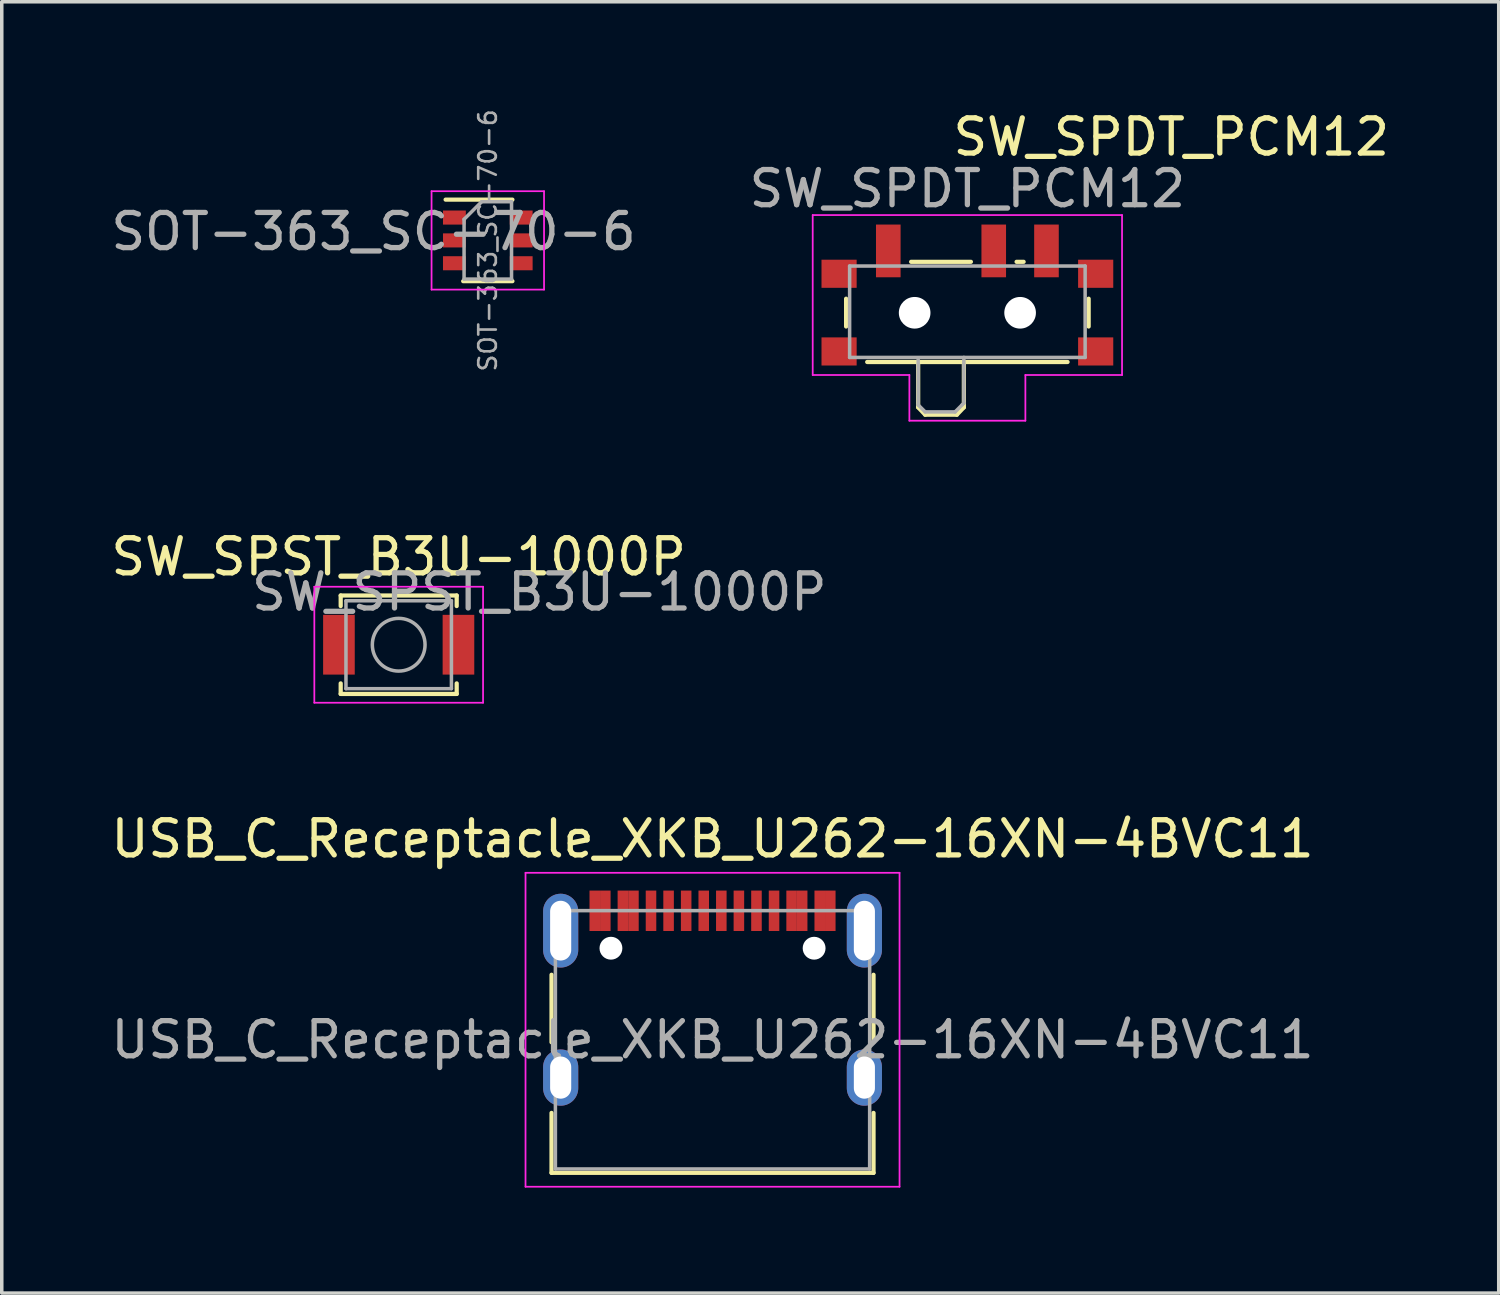
<source format=kicad_pcb>
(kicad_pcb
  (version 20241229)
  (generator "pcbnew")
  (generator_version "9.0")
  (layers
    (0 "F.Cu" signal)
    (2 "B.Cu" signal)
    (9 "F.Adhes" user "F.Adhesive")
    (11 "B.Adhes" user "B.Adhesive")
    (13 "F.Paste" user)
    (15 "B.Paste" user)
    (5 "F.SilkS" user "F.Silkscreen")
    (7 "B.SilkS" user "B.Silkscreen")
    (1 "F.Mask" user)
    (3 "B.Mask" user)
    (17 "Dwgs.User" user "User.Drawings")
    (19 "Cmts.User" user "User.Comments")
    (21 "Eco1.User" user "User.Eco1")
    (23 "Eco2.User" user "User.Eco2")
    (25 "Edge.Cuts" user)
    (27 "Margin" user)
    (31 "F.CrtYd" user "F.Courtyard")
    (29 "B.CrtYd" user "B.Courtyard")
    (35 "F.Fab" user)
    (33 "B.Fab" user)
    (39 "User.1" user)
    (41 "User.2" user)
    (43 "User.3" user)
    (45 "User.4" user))
  (footprint "USB_C_Receptacle_XKB_U262-16XN-4BVC11"
    (layer "F.Cu")
    (at 17.22 26.53)
    (property "Reference" "USB_C_Receptacle_XKB_U262-16XN-4BVC11" (at 0 -5.715 0) (layer "F.SilkS") (effects (font (size 1 1) (thickness 0.15))))
    (attr smd)
    (fp_line (start -4.58 -1.85) (end -4.58 0.07) (stroke (width 0.12) (type solid)) (layer "F.SilkS"))
    (fp_line (start -4.58 3.785) (end -4.58 2.08) (stroke (width 0.12) (type solid)) (layer "F.SilkS"))
    (fp_line (start 4.58 0.07) (end 4.58 -1.85) (stroke (width 0.12) (type solid)) (layer "F.SilkS"))
    (fp_line (start 4.58 2.08) (end 4.58 3.785) (stroke (width 0.12) (type solid)) (layer "F.SilkS"))
    (fp_line (start 4.58 3.785) (end -4.58 3.785) (stroke (width 0.12) (type solid)) (layer "F.SilkS"))
    (fp_line (start -5.32 -4.75) (end 5.32 -4.75) (stroke (width 0.05) (type solid)) (layer "F.CrtYd"))
    (fp_line (start -5.32 4.18) (end -5.32 -4.75) (stroke (width 0.05) (type solid)) (layer "F.CrtYd"))
    (fp_line (start 5.32 -4.75) (end 5.32 4.18) (stroke (width 0.05) (type solid)) (layer "F.CrtYd"))
    (fp_line (start 5.32 4.18) (end -5.32 4.18) (stroke (width 0.05) (type solid)) (layer "F.CrtYd"))
    (fp_line (start -4.47 -3.675) (end -4.47 3.675) (stroke (width 0.1) (type solid)) (layer "F.Fab"))
    (fp_line (start -4.47 -3.675) (end 4.47 -3.675) (stroke (width 0.1) (type solid)) (layer "F.Fab"))
    (fp_line (start -4.47 3.675) (end 4.47 3.675) (stroke (width 0.1) (type solid)) (layer "F.Fab"))
    (fp_line (start 4.47 3.675) (end 4.47 -3.675) (stroke (width 0.1) (type solid)) (layer "F.Fab"))
    (fp_text user "${REFERENCE}" (at 0 0 0) (layer "F.Fab") (effects (font (size 1 1) (thickness 0.15))))
    (pad "" np_thru_hole circle (at -2.89 -2.605) (size 0.65 0.65) (drill 0.65) (layers "*.Cu" "*.Mask"))
    (pad "" np_thru_hole circle (at 2.89 -2.605) (size 0.65 0.65) (drill 0.65) (layers "*.Cu" "*.Mask"))
    (pad "A1" smd rect (at -3.35 -3.67) (size 0.3 1.15) (layers "F.Cu" "F.Mask" "F.Paste"))
    (pad "A4" smd rect (at -2.55 -3.67) (size 0.3 1.15) (layers "F.Cu" "F.Mask" "F.Paste"))
    (pad "A5" smd rect (at -1.25 -3.67) (size 0.3 1.15) (layers "F.Cu" "F.Mask" "F.Paste"))
    (pad "A6" smd rect (at -0.25 -3.67) (size 0.3 1.15) (layers "F.Cu" "F.Mask" "F.Paste"))
    (pad "A7" smd rect (at 0.25 -3.67) (size 0.3 1.15) (layers "F.Cu" "F.Mask" "F.Paste"))
    (pad "A8" smd rect (at 1.25 -3.67) (size 0.3 1.15) (layers "F.Cu" "F.Mask" "F.Paste"))
    (pad "A9" smd rect (at 2.55 -3.67) (size 0.3 1.15) (layers "F.Cu" "F.Mask" "F.Paste"))
    (pad "A12" smd rect (at 3.35 -3.67) (size 0.3 1.15) (layers "F.Cu" "F.Mask" "F.Paste"))
    (pad "B1" smd rect (at 3.05 -3.67) (size 0.3 1.15) (layers "F.Cu" "F.Mask" "F.Paste"))
    (pad "B4" smd rect (at 2.25 -3.67) (size 0.3 1.15) (layers "F.Cu" "F.Mask" "F.Paste"))
    (pad "B5" smd rect (at 1.75 -3.67) (size 0.3 1.15) (layers "F.Cu" "F.Mask" "F.Paste"))
    (pad "B6" smd rect (at 0.75 -3.67) (size 0.3 1.15) (layers "F.Cu" "F.Mask" "F.Paste"))
    (pad "B7" smd rect (at -0.75 -3.67) (size 0.3 1.15) (layers "F.Cu" "F.Mask" "F.Paste"))
    (pad "B8" smd rect (at -1.75 -3.67) (size 0.3 1.15) (layers "F.Cu" "F.Mask" "F.Paste"))
    (pad "B9" smd rect (at -2.25 -3.67) (size 0.3 1.15) (layers "F.Cu" "F.Mask" "F.Paste"))
    (pad "B12" smd rect (at -3.05 -3.67) (size 0.3 1.15) (layers "F.Cu" "F.Mask" "F.Paste"))
    (pad "S1" thru_hole oval (at -4.32 -3.105) (size 1 2.1) (drill oval 0.6 1.7) (layers "*.Cu" "*.Mask"))
    (pad "S1" thru_hole oval (at -4.32 1.075) (size 1 1.6) (drill oval 0.6 1.2) (layers "*.Cu" "*.Mask"))
    (pad "S1" thru_hole oval (at 4.32 -3.105) (size 1 2.1) (drill oval 0.6 1.7) (layers "*.Cu" "*.Mask"))
    (pad "S1" thru_hole oval (at 4.32 1.075) (size 1 1.6) (drill oval 0.6 1.2) (layers "*.Cu" "*.Mask")))
  (footprint "SOT-363_SC-70-6"
    (layer "F.Cu")
    (at 10.827 3.789)
    (property "Reference" "SOT-363_SC-70-6" (at -3.25 -0.25 180) (layer "F.Fab") (effects (font (size 1 1) (thickness 0.15))))
    (attr smd)
    (fp_line (start -0.7 1.16) (end 0.7 1.16) (stroke (width 0.12) (type solid)) (layer "F.SilkS"))
    (fp_line (start 0.7 -1.16) (end -1.2 -1.16) (stroke (width 0.12) (type solid)) (layer "F.SilkS"))
    (fp_line (start -1.6 -1.4) (end -1.6 1.4) (stroke (width 0.05) (type solid)) (layer "F.CrtYd"))
    (fp_line (start -1.6 -1.4) (end 1.6 -1.4) (stroke (width 0.05) (type solid)) (layer "F.CrtYd"))
    (fp_line (start -1.6 1.4) (end 1.6 1.4) (stroke (width 0.05) (type solid)) (layer "F.CrtYd"))
    (fp_line (start 1.6 1.4) (end 1.6 -1.4) (stroke (width 0.05) (type solid)) (layer "F.CrtYd"))
    (fp_line (start -0.675 -0.6) (end -0.675 1.1) (stroke (width 0.1) (type solid)) (layer "F.Fab"))
    (fp_line (start -0.175 -1.1) (end -0.675 -0.6) (stroke (width 0.1) (type solid)) (layer "F.Fab"))
    (fp_line (start 0.675 -1.1) (end -0.175 -1.1) (stroke (width 0.1) (type solid)) (layer "F.Fab"))
    (fp_line (start 0.675 -1.1) (end 0.675 1.1) (stroke (width 0.1) (type solid)) (layer "F.Fab"))
    (fp_line (start 0.675 1.1) (end -0.675 1.1) (stroke (width 0.1) (type solid)) (layer "F.Fab"))
    (fp_text user "${REFERENCE}" (at 0 0 270) (layer "F.Fab") (effects (font (size 0.5 0.5) (thickness 0.075))))
    (pad "1" smd rect (at -0.95 -0.65) (size 0.65 0.4) (layers "F.Cu" "F.Mask" "F.Paste"))
    (pad "2" smd rect (at -0.95 0) (size 0.65 0.4) (layers "F.Cu" "F.Mask" "F.Paste"))
    (pad "3" smd rect (at -0.95 0.65) (size 0.65 0.4) (layers "F.Cu" "F.Mask" "F.Paste"))
    (pad "4" smd rect (at 0.95 0.65) (size 0.65 0.4) (layers "F.Cu" "F.Mask" "F.Paste"))
    (pad "5" smd rect (at 0.95 0) (size 0.65 0.4) (layers "F.Cu" "F.Mask" "F.Paste"))
    (pad "6" smd rect (at 0.95 -0.65) (size 0.65 0.4) (layers "F.Cu" "F.Mask" "F.Paste")))
  (footprint "SW_SPST_B3U-1000P"
    (layer "F.Cu")
    (at 8.292 15.291)
    (property "Reference" "SW_SPST_B3U-1000P" (at 0 -2.5 0) (layer "F.SilkS") (effects (font (size 1 1) (thickness 0.15))))
    (attr smd)
    (fp_line (start -1.65 -1.4) (end 1.65 -1.4) (stroke (width 0.12) (type solid)) (layer "F.SilkS"))
    (fp_line (start -1.65 -1.1) (end -1.65 -1.4) (stroke (width 0.12) (type solid)) (layer "F.SilkS"))
    (fp_line (start -1.65 1.1) (end -1.65 1.4) (stroke (width 0.12) (type solid)) (layer "F.SilkS"))
    (fp_line (start -1.65 1.4) (end 1.65 1.4) (stroke (width 0.12) (type solid)) (layer "F.SilkS"))
    (fp_line (start 1.65 -1.4) (end 1.65 -1.1) (stroke (width 0.12) (type solid)) (layer "F.SilkS"))
    (fp_line (start 1.65 1.4) (end 1.65 1.1) (stroke (width 0.12) (type solid)) (layer "F.SilkS"))
    (fp_line (start -2.4 -1.65) (end -2.4 1.65) (stroke (width 0.05) (type solid)) (layer "F.CrtYd"))
    (fp_line (start -2.4 1.65) (end 2.4 1.65) (stroke (width 0.05) (type solid)) (layer "F.CrtYd"))
    (fp_line (start 2.4 -1.65) (end -2.4 -1.65) (stroke (width 0.05) (type solid)) (layer "F.CrtYd"))
    (fp_line (start 2.4 1.65) (end 2.4 -1.65) (stroke (width 0.05) (type solid)) (layer "F.CrtYd"))
    (fp_line (start -1.5 -1.25) (end 1.5 -1.25) (stroke (width 0.1) (type solid)) (layer "F.Fab"))
    (fp_line (start -1.5 1.25) (end -1.5 -1.25) (stroke (width 0.1) (type solid)) (layer "F.Fab"))
    (fp_line (start 1.5 -1.25) (end 1.5 1.25) (stroke (width 0.1) (type solid)) (layer "F.Fab"))
    (fp_line (start 1.5 1.25) (end -1.5 1.25) (stroke (width 0.1) (type solid)) (layer "F.Fab"))
    (fp_circle (center 0 0) (end 0.75 0) (stroke (width 0.1) (type solid)) (fill no) (layer "F.Fab"))
    (fp_text user "${REFERENCE}" (at 4 -1.5 0) (layer "F.Fab") (effects (font (size 1 1) (thickness 0.15))))
    (pad "1" smd rect (at -1.7 0) (size 0.9 1.7) (layers "F.Cu" "F.Mask" "F.Paste"))
    (pad "2" smd rect (at 1.7 0) (size 0.9 1.7) (layers "F.Cu" "F.Mask" "F.Paste")))
  (footprint "SW_SPDT_PCM12"
    (layer "F.Cu")
    (at 24.47 5.518)
    (property "Reference" "SW_SPDT_PCM12" (at 5.8 -4.67 180) (layer "F.SilkS") (effects (font (size 1 1) (thickness 0.15))))
    (attr smd)
    (fp_line (start -3.45 -0.07) (end -3.45 0.72) (stroke (width 0.12) (type solid)) (layer "F.SilkS"))
    (fp_line (start -2.85 1.73) (end 2.85 1.73) (stroke (width 0.12) (type solid)) (layer "F.SilkS"))
    (fp_line (start -1.6 -1.12) (end 0.1 -1.12) (stroke (width 0.12) (type solid)) (layer "F.SilkS"))
    (fp_line (start -1.4 1.73) (end -1.4 3.02) (stroke (width 0.12) (type solid)) (layer "F.SilkS"))
    (fp_line (start -1.4 3.02) (end -1.2 3.23) (stroke (width 0.12) (type solid)) (layer "F.SilkS"))
    (fp_line (start -1.2 3.23) (end -0.3 3.23) (stroke (width 0.12) (type solid)) (layer "F.SilkS"))
    (fp_line (start -0.1 3.02) (end -0.3 3.23) (stroke (width 0.12) (type solid)) (layer "F.SilkS"))
    (fp_line (start -0.1 3.02) (end -0.1 1.73) (stroke (width 0.12) (type solid)) (layer "F.SilkS"))
    (fp_line (start 1.4 -1.12) (end 1.6 -1.12) (stroke (width 0.12) (type solid)) (layer "F.SilkS"))
    (fp_line (start 3.45 0.72) (end 3.45 -0.07) (stroke (width 0.12) (type solid)) (layer "F.SilkS"))
    (fp_line (start -4.4 -2.45) (end 4.4 -2.45) (stroke (width 0.05) (type solid)) (layer "F.CrtYd"))
    (fp_line (start -4.4 2.1) (end -4.4 -2.45) (stroke (width 0.05) (type solid)) (layer "F.CrtYd"))
    (fp_line (start -1.65 2.1) (end -4.4 2.1) (stroke (width 0.05) (type solid)) (layer "F.CrtYd"))
    (fp_line (start -1.65 3.4) (end -1.65 2.1) (stroke (width 0.05) (type solid)) (layer "F.CrtYd"))
    (fp_line (start 1.65 2.1) (end 1.65 3.4) (stroke (width 0.05) (type solid)) (layer "F.CrtYd"))
    (fp_line (start 1.65 3.4) (end -1.65 3.4) (stroke (width 0.05) (type solid)) (layer "F.CrtYd"))
    (fp_line (start 4.4 -2.45) (end 4.4 2.1) (stroke (width 0.05) (type solid)) (layer "F.CrtYd"))
    (fp_line (start 4.4 2.1) (end 1.65 2.1) (stroke (width 0.05) (type solid)) (layer "F.CrtYd"))
    (fp_line (start -3.35 -1) (end -3.35 1.6) (stroke (width 0.1) (type solid)) (layer "F.Fab"))
    (fp_line (start -3.35 1.6) (end 3.35 1.6) (stroke (width 0.1) (type solid)) (layer "F.Fab"))
    (fp_line (start -1.4 1.65) (end -1.4 2.95) (stroke (width 0.1) (type solid)) (layer "F.Fab"))
    (fp_line (start -1.4 2.95) (end -1.2 3.15) (stroke (width 0.1) (type solid)) (layer "F.Fab"))
    (fp_line (start -1.2 3.15) (end -0.35 3.15) (stroke (width 0.1) (type solid)) (layer "F.Fab"))
    (fp_line (start -0.35 3.15) (end -0.15 2.95) (stroke (width 0.1) (type solid)) (layer "F.Fab"))
    (fp_line (start -0.15 2.95) (end -0.1 2.9) (stroke (width 0.1) (type solid)) (layer "F.Fab"))
    (fp_line (start -0.1 2.9) (end -0.1 1.6) (stroke (width 0.1) (type solid)) (layer "F.Fab"))
    (fp_line (start 3.35 -1) (end -3.35 -1) (stroke (width 0.1) (type solid)) (layer "F.Fab"))
    (fp_line (start 3.35 1.6) (end 3.35 -1) (stroke (width 0.1) (type solid)) (layer "F.Fab"))
    (fp_text user "${REFERENCE}" (at 0 -3.2 180) (layer "F.Fab") (effects (font (size 1 1) (thickness 0.15))))
    (pad "" smd rect (at -3.65 -0.78) (size 1 0.8) (layers "F.Cu" "F.Mask" "F.Paste"))
    (pad "" smd rect (at -3.65 1.43) (size 1 0.8) (layers "F.Cu" "F.Mask" "F.Paste"))
    (pad "" np_thru_hole circle (at -1.5 0.33) (size 0.9 0.9) (drill 0.9) (layers "*.Cu" "*.Mask"))
    (pad "" np_thru_hole circle (at 1.5 0.33) (size 0.9 0.9) (drill 0.9) (layers "*.Cu" "*.Mask"))
    (pad "" smd rect (at 3.65 -0.78) (size 1 0.8) (layers "F.Cu" "F.Mask" "F.Paste"))
    (pad "" smd rect (at 3.65 1.43) (size 1 0.8) (layers "F.Cu" "F.Mask" "F.Paste"))
    (pad "1" smd rect (at -2.25 -1.43) (size 0.7 1.5) (layers "F.Cu" "F.Mask" "F.Paste"))
    (pad "2" smd rect (at 0.75 -1.43) (size 0.7 1.5) (layers "F.Cu" "F.Mask" "F.Paste"))
    (pad "3" smd rect (at 2.25 -1.43) (size 0.7 1.5) (layers "F.Cu" "F.Mask" "F.Paste")))
  (gr_rect
    (start -3 -3)
    (end 39.586 33.735)
    (stroke (width 0.1) (type default))
    (fill no)
    (layer "Edge.Cuts")))
</source>
